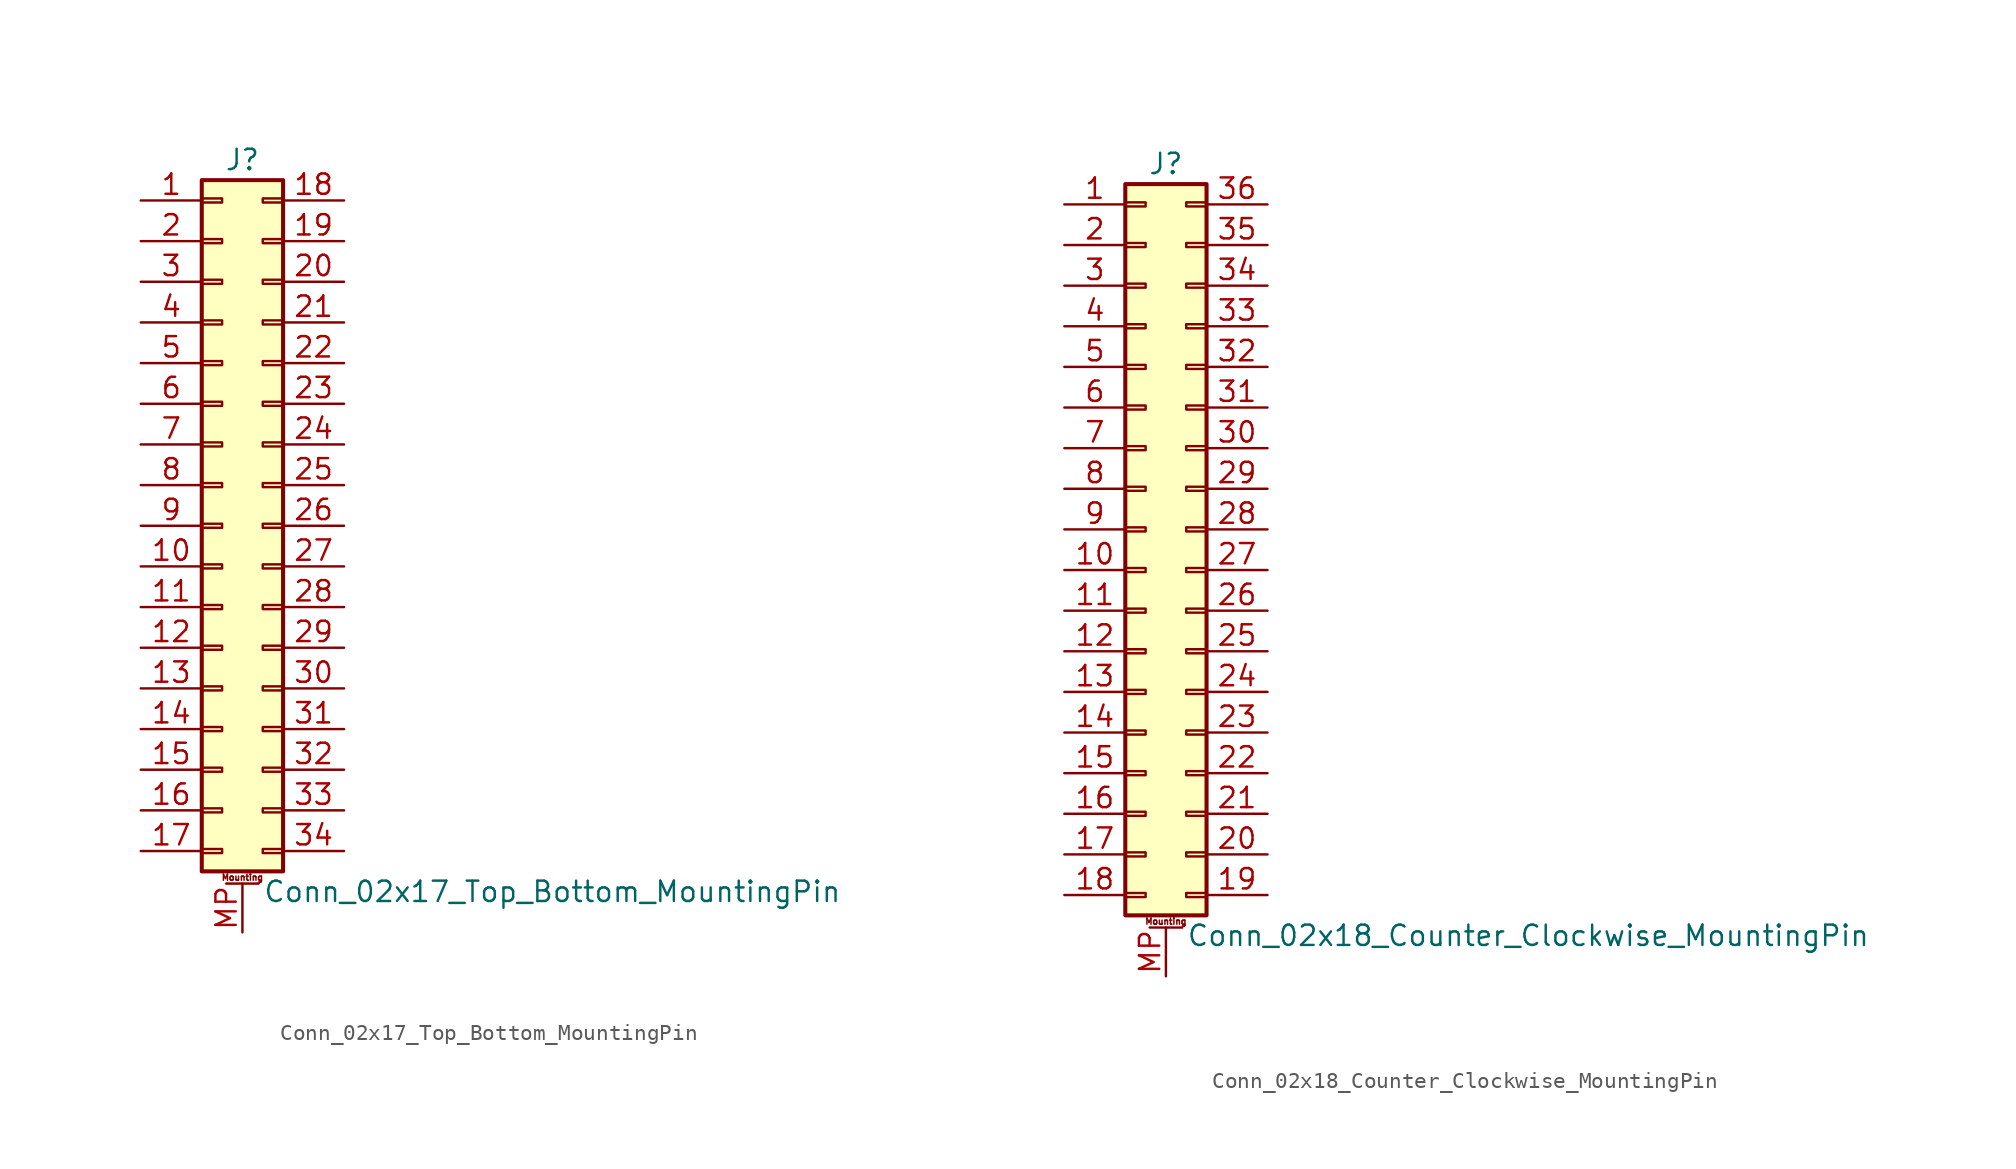
<source format=kicad_sym>
(kicad_symbol_lib
  (version 20201005)
  (generator kicad_symbol_editor)
  (symbol "Conn_02x17_Top_Bottom_MountingPin"
    (pin_names
      (offset 1.016) hide)
    (property "Reference" "J"
      (at 1.27 22.86 0)
      (effects (font (size 1.27 1.27))))
    (property "Value" "Conn_02x17_Top_Bottom_MountingPin"
      (at 2.54 -22.86 0)
      (effects (font (size 1.27 1.27)) (justify left)))
    (symbol "Conn_02x17_Top_Bottom_MountingPin_1_1"
      (text "Mounting" (at 1.27 -21.971 0) (effects (font (size 0.381 0.381))))
      (rectangle (start -1.27 -20.193) (end 0 -20.447) (stroke (width 0.152)) (fill (type none)))
      (rectangle (start -1.27 -17.653) (end 0 -17.907) (stroke (width 0.152)) (fill (type none)))
      (rectangle (start -1.27 -15.113) (end 0 -15.367) (stroke (width 0.152)) (fill (type none)))
      (rectangle (start -1.27 -12.573) (end 0 -12.827) (stroke (width 0.152)) (fill (type none)))
      (rectangle (start -1.27 -10.033) (end 0 -10.287) (stroke (width 0.152)) (fill (type none)))
      (rectangle (start -1.27 -7.493) (end 0 -7.747) (stroke (width 0.152)) (fill (type none)))
      (rectangle (start -1.27 -4.953) (end 0 -5.207) (stroke (width 0.152)) (fill (type none)))
      (rectangle (start -1.27 -2.413) (end 0 -2.667) (stroke (width 0.152)) (fill (type none)))
      (rectangle (start -1.27 0.127) (end 0 -0.127) (stroke (width 0.152)) (fill (type none)))
      (rectangle (start -1.27 2.667) (end 0 2.413) (stroke (width 0.152)) (fill (type none)))
      (rectangle (start -1.27 5.207) (end 0 4.953) (stroke (width 0.152)) (fill (type none)))
      (rectangle (start -1.27 7.747) (end 0 7.493) (stroke (width 0.152)) (fill (type none)))
      (rectangle (start -1.27 10.287) (end 0 10.033) (stroke (width 0.152)) (fill (type none)))
      (rectangle (start -1.27 12.827) (end 0 12.573) (stroke (width 0.152)) (fill (type none)))
      (rectangle (start -1.27 15.367) (end 0 15.113) (stroke (width 0.152)) (fill (type none)))
      (rectangle (start -1.27 17.907) (end 0 17.653) (stroke (width 0.152)) (fill (type none)))
      (rectangle (start -1.27 20.447) (end 0 20.193) (stroke (width 0.152)) (fill (type none)))
      (rectangle (start 3.81 -20.193) (end 2.54 -20.447) (stroke (width 0.152)) (fill (type none)))
      (rectangle (start 3.81 -17.653) (end 2.54 -17.907) (stroke (width 0.152)) (fill (type none)))
      (rectangle (start 3.81 -15.113) (end 2.54 -15.367) (stroke (width 0.152)) (fill (type none)))
      (rectangle (start 3.81 -12.573) (end 2.54 -12.827) (stroke (width 0.152)) (fill (type none)))
      (rectangle (start 3.81 -10.033) (end 2.54 -10.287) (stroke (width 0.152)) (fill (type none)))
      (rectangle (start 3.81 -7.493) (end 2.54 -7.747) (stroke (width 0.152)) (fill (type none)))
      (rectangle (start 3.81 -4.953) (end 2.54 -5.207) (stroke (width 0.152)) (fill (type none)))
      (rectangle (start 3.81 -2.413) (end 2.54 -2.667) (stroke (width 0.152)) (fill (type none)))
      (rectangle (start 3.81 0.127) (end 2.54 -0.127) (stroke (width 0.152)) (fill (type none)))
      (rectangle (start 3.81 2.667) (end 2.54 2.413) (stroke (width 0.152)) (fill (type none)))
      (rectangle (start 3.81 5.207) (end 2.54 4.953) (stroke (width 0.152)) (fill (type none)))
      (rectangle (start 3.81 7.747) (end 2.54 7.493) (stroke (width 0.152)) (fill (type none)))
      (rectangle (start 3.81 10.287) (end 2.54 10.033) (stroke (width 0.152)) (fill (type none)))
      (rectangle (start 3.81 12.827) (end 2.54 12.573) (stroke (width 0.152)) (fill (type none)))
      (rectangle (start 3.81 15.367) (end 2.54 15.113) (stroke (width 0.152)) (fill (type none)))
      (rectangle (start 3.81 17.907) (end 2.54 17.653) (stroke (width 0.152)) (fill (type none)))
      (rectangle (start 3.81 20.447) (end 2.54 20.193) (stroke (width 0.152)) (fill (type none)))
      (rectangle (start -1.27 21.59) (end 3.81 -21.59) (stroke (width 0.254)) (fill (type background)))
      (polyline (pts (xy 0.254 -22.352) (xy 2.286 -22.352)) (stroke (width 0.152)) (fill (type none)))
      (pin passive line (at -5.08 20.32 0) (length 3.81) (name "Pin_1" (effects (font (size 1.27 1.27)))) (number "1" (effects (font (size 1.27 1.27)))))
      (pin passive line (at -5.08 -2.54 0) (length 3.81) (name "Pin_10" (effects (font (size 1.27 1.27)))) (number "10" (effects (font (size 1.27 1.27)))))
      (pin passive line (at -5.08 -5.08 0) (length 3.81) (name "Pin_11" (effects (font (size 1.27 1.27)))) (number "11" (effects (font (size 1.27 1.27)))))
      (pin passive line (at -5.08 -7.62 0) (length 3.81) (name "Pin_12" (effects (font (size 1.27 1.27)))) (number "12" (effects (font (size 1.27 1.27)))))
      (pin passive line (at -5.08 -10.16 0) (length 3.81) (name "Pin_13" (effects (font (size 1.27 1.27)))) (number "13" (effects (font (size 1.27 1.27)))))
      (pin passive line (at -5.08 -12.7 0) (length 3.81) (name "Pin_14" (effects (font (size 1.27 1.27)))) (number "14" (effects (font (size 1.27 1.27)))))
      (pin passive line (at -5.08 -15.24 0) (length 3.81) (name "Pin_15" (effects (font (size 1.27 1.27)))) (number "15" (effects (font (size 1.27 1.27)))))
      (pin passive line (at -5.08 -17.78 0) (length 3.81) (name "Pin_16" (effects (font (size 1.27 1.27)))) (number "16" (effects (font (size 1.27 1.27)))))
      (pin passive line (at -5.08 -20.32 0) (length 3.81) (name "Pin_17" (effects (font (size 1.27 1.27)))) (number "17" (effects (font (size 1.27 1.27)))))
      (pin passive line (at 7.62 20.32 180) (length 3.81) (name "Pin_18" (effects (font (size 1.27 1.27)))) (number "18" (effects (font (size 1.27 1.27)))))
      (pin passive line (at 7.62 17.78 180) (length 3.81) (name "Pin_19" (effects (font (size 1.27 1.27)))) (number "19" (effects (font (size 1.27 1.27)))))
      (pin passive line (at -5.08 17.78 0) (length 3.81) (name "Pin_2" (effects (font (size 1.27 1.27)))) (number "2" (effects (font (size 1.27 1.27)))))
      (pin passive line (at 7.62 15.24 180) (length 3.81) (name "Pin_20" (effects (font (size 1.27 1.27)))) (number "20" (effects (font (size 1.27 1.27)))))
      (pin passive line (at 7.62 12.7 180) (length 3.81) (name "Pin_21" (effects (font (size 1.27 1.27)))) (number "21" (effects (font (size 1.27 1.27)))))
      (pin passive line (at 7.62 10.16 180) (length 3.81) (name "Pin_22" (effects (font (size 1.27 1.27)))) (number "22" (effects (font (size 1.27 1.27)))))
      (pin passive line (at 7.62 7.62 180) (length 3.81) (name "Pin_23" (effects (font (size 1.27 1.27)))) (number "23" (effects (font (size 1.27 1.27)))))
      (pin passive line (at 7.62 5.08 180) (length 3.81) (name "Pin_24" (effects (font (size 1.27 1.27)))) (number "24" (effects (font (size 1.27 1.27)))))
      (pin passive line (at 7.62 2.54 180) (length 3.81) (name "Pin_25" (effects (font (size 1.27 1.27)))) (number "25" (effects (font (size 1.27 1.27)))))
      (pin passive line (at 7.62 0 180) (length 3.81) (name "Pin_26" (effects (font (size 1.27 1.27)))) (number "26" (effects (font (size 1.27 1.27)))))
      (pin passive line (at 7.62 -2.54 180) (length 3.81) (name "Pin_27" (effects (font (size 1.27 1.27)))) (number "27" (effects (font (size 1.27 1.27)))))
      (pin passive line (at 7.62 -5.08 180) (length 3.81) (name "Pin_28" (effects (font (size 1.27 1.27)))) (number "28" (effects (font (size 1.27 1.27)))))
      (pin passive line (at 7.62 -7.62 180) (length 3.81) (name "Pin_29" (effects (font (size 1.27 1.27)))) (number "29" (effects (font (size 1.27 1.27)))))
      (pin passive line (at -5.08 15.24 0) (length 3.81) (name "Pin_3" (effects (font (size 1.27 1.27)))) (number "3" (effects (font (size 1.27 1.27)))))
      (pin passive line (at 7.62 -10.16 180) (length 3.81) (name "Pin_30" (effects (font (size 1.27 1.27)))) (number "30" (effects (font (size 1.27 1.27)))))
      (pin passive line (at 7.62 -12.7 180) (length 3.81) (name "Pin_31" (effects (font (size 1.27 1.27)))) (number "31" (effects (font (size 1.27 1.27)))))
      (pin passive line (at 7.62 -15.24 180) (length 3.81) (name "Pin_32" (effects (font (size 1.27 1.27)))) (number "32" (effects (font (size 1.27 1.27)))))
      (pin passive line (at 7.62 -17.78 180) (length 3.81) (name "Pin_33" (effects (font (size 1.27 1.27)))) (number "33" (effects (font (size 1.27 1.27)))))
      (pin passive line (at 7.62 -20.32 180) (length 3.81) (name "Pin_34" (effects (font (size 1.27 1.27)))) (number "34" (effects (font (size 1.27 1.27)))))
      (pin passive line (at -5.08 12.7 0) (length 3.81) (name "Pin_4" (effects (font (size 1.27 1.27)))) (number "4" (effects (font (size 1.27 1.27)))))
      (pin passive line (at -5.08 10.16 0) (length 3.81) (name "Pin_5" (effects (font (size 1.27 1.27)))) (number "5" (effects (font (size 1.27 1.27)))))
      (pin passive line (at -5.08 7.62 0) (length 3.81) (name "Pin_6" (effects (font (size 1.27 1.27)))) (number "6" (effects (font (size 1.27 1.27)))))
      (pin passive line (at -5.08 5.08 0) (length 3.81) (name "Pin_7" (effects (font (size 1.27 1.27)))) (number "7" (effects (font (size 1.27 1.27)))))
      (pin passive line (at -5.08 2.54 0) (length 3.81) (name "Pin_8" (effects (font (size 1.27 1.27)))) (number "8" (effects (font (size 1.27 1.27)))))
      (pin passive line (at -5.08 0 0) (length 3.81) (name "Pin_9" (effects (font (size 1.27 1.27)))) (number "9" (effects (font (size 1.27 1.27)))))
      (pin passive line (at 1.27 -25.4 90) (length 3.048) (name "MountPin" (effects (font (size 1.27 1.27)))) (number "MP" (effects (font (size 1.27 1.27)))))))
  (symbol "Conn_02x18_Counter_Clockwise_MountingPin"
    (pin_names
      (offset 1.016) hide)
    (property "Reference" "J"
      (at 1.27 22.86 0)
      (effects (font (size 1.27 1.27))))
    (property "Value" "Conn_02x18_Counter_Clockwise_MountingPin"
      (at 2.54 -25.4 0)
      (effects (font (size 1.27 1.27)) (justify left)))
    (symbol "Conn_02x18_Counter_Clockwise_MountingPin_1_1"
      (text "Mounting" (at 1.27 -24.511 0) (effects (font (size 0.381 0.381))))
      (rectangle (start -1.27 -22.733) (end 0 -22.987) (stroke (width 0.152)) (fill (type none)))
      (rectangle (start -1.27 -20.193) (end 0 -20.447) (stroke (width 0.152)) (fill (type none)))
      (rectangle (start -1.27 -17.653) (end 0 -17.907) (stroke (width 0.152)) (fill (type none)))
      (rectangle (start -1.27 -15.113) (end 0 -15.367) (stroke (width 0.152)) (fill (type none)))
      (rectangle (start -1.27 -12.573) (end 0 -12.827) (stroke (width 0.152)) (fill (type none)))
      (rectangle (start -1.27 -10.033) (end 0 -10.287) (stroke (width 0.152)) (fill (type none)))
      (rectangle (start -1.27 -7.493) (end 0 -7.747) (stroke (width 0.152)) (fill (type none)))
      (rectangle (start -1.27 -4.953) (end 0 -5.207) (stroke (width 0.152)) (fill (type none)))
      (rectangle (start -1.27 -2.413) (end 0 -2.667) (stroke (width 0.152)) (fill (type none)))
      (rectangle (start -1.27 0.127) (end 0 -0.127) (stroke (width 0.152)) (fill (type none)))
      (rectangle (start -1.27 2.667) (end 0 2.413) (stroke (width 0.152)) (fill (type none)))
      (rectangle (start -1.27 5.207) (end 0 4.953) (stroke (width 0.152)) (fill (type none)))
      (rectangle (start -1.27 7.747) (end 0 7.493) (stroke (width 0.152)) (fill (type none)))
      (rectangle (start -1.27 10.287) (end 0 10.033) (stroke (width 0.152)) (fill (type none)))
      (rectangle (start -1.27 12.827) (end 0 12.573) (stroke (width 0.152)) (fill (type none)))
      (rectangle (start -1.27 15.367) (end 0 15.113) (stroke (width 0.152)) (fill (type none)))
      (rectangle (start -1.27 17.907) (end 0 17.653) (stroke (width 0.152)) (fill (type none)))
      (rectangle (start -1.27 20.447) (end 0 20.193) (stroke (width 0.152)) (fill (type none)))
      (rectangle (start 3.81 -22.733) (end 2.54 -22.987) (stroke (width 0.152)) (fill (type none)))
      (rectangle (start 3.81 -20.193) (end 2.54 -20.447) (stroke (width 0.152)) (fill (type none)))
      (rectangle (start 3.81 -17.653) (end 2.54 -17.907) (stroke (width 0.152)) (fill (type none)))
      (rectangle (start 3.81 -15.113) (end 2.54 -15.367) (stroke (width 0.152)) (fill (type none)))
      (rectangle (start 3.81 -12.573) (end 2.54 -12.827) (stroke (width 0.152)) (fill (type none)))
      (rectangle (start 3.81 -10.033) (end 2.54 -10.287) (stroke (width 0.152)) (fill (type none)))
      (rectangle (start 3.81 -7.493) (end 2.54 -7.747) (stroke (width 0.152)) (fill (type none)))
      (rectangle (start 3.81 -4.953) (end 2.54 -5.207) (stroke (width 0.152)) (fill (type none)))
      (rectangle (start 3.81 -2.413) (end 2.54 -2.667) (stroke (width 0.152)) (fill (type none)))
      (rectangle (start 3.81 0.127) (end 2.54 -0.127) (stroke (width 0.152)) (fill (type none)))
      (rectangle (start 3.81 2.667) (end 2.54 2.413) (stroke (width 0.152)) (fill (type none)))
      (rectangle (start 3.81 5.207) (end 2.54 4.953) (stroke (width 0.152)) (fill (type none)))
      (rectangle (start 3.81 7.747) (end 2.54 7.493) (stroke (width 0.152)) (fill (type none)))
      (rectangle (start 3.81 10.287) (end 2.54 10.033) (stroke (width 0.152)) (fill (type none)))
      (rectangle (start 3.81 12.827) (end 2.54 12.573) (stroke (width 0.152)) (fill (type none)))
      (rectangle (start 3.81 15.367) (end 2.54 15.113) (stroke (width 0.152)) (fill (type none)))
      (rectangle (start 3.81 17.907) (end 2.54 17.653) (stroke (width 0.152)) (fill (type none)))
      (rectangle (start 3.81 20.447) (end 2.54 20.193) (stroke (width 0.152)) (fill (type none)))
      (rectangle (start -1.27 21.59) (end 3.81 -24.13) (stroke (width 0.254)) (fill (type background)))
      (polyline (pts (xy 0.254 -24.892) (xy 2.286 -24.892)) (stroke (width 0.152)) (fill (type none)))
      (pin passive line (at -5.08 20.32 0) (length 3.81) (name "Pin_1" (effects (font (size 1.27 1.27)))) (number "1" (effects (font (size 1.27 1.27)))))
      (pin passive line (at -5.08 -2.54 0) (length 3.81) (name "Pin_10" (effects (font (size 1.27 1.27)))) (number "10" (effects (font (size 1.27 1.27)))))
      (pin passive line (at -5.08 -5.08 0) (length 3.81) (name "Pin_11" (effects (font (size 1.27 1.27)))) (number "11" (effects (font (size 1.27 1.27)))))
      (pin passive line (at -5.08 -7.62 0) (length 3.81) (name "Pin_12" (effects (font (size 1.27 1.27)))) (number "12" (effects (font (size 1.27 1.27)))))
      (pin passive line (at -5.08 -10.16 0) (length 3.81) (name "Pin_13" (effects (font (size 1.27 1.27)))) (number "13" (effects (font (size 1.27 1.27)))))
      (pin passive line (at -5.08 -12.7 0) (length 3.81) (name "Pin_14" (effects (font (size 1.27 1.27)))) (number "14" (effects (font (size 1.27 1.27)))))
      (pin passive line (at -5.08 -15.24 0) (length 3.81) (name "Pin_15" (effects (font (size 1.27 1.27)))) (number "15" (effects (font (size 1.27 1.27)))))
      (pin passive line (at -5.08 -17.78 0) (length 3.81) (name "Pin_16" (effects (font (size 1.27 1.27)))) (number "16" (effects (font (size 1.27 1.27)))))
      (pin passive line (at -5.08 -20.32 0) (length 3.81) (name "Pin_17" (effects (font (size 1.27 1.27)))) (number "17" (effects (font (size 1.27 1.27)))))
      (pin passive line (at -5.08 -22.86 0) (length 3.81) (name "Pin_18" (effects (font (size 1.27 1.27)))) (number "18" (effects (font (size 1.27 1.27)))))
      (pin passive line (at 7.62 -22.86 180) (length 3.81) (name "Pin_19" (effects (font (size 1.27 1.27)))) (number "19" (effects (font (size 1.27 1.27)))))
      (pin passive line (at -5.08 17.78 0) (length 3.81) (name "Pin_2" (effects (font (size 1.27 1.27)))) (number "2" (effects (font (size 1.27 1.27)))))
      (pin passive line (at 7.62 -20.32 180) (length 3.81) (name "Pin_20" (effects (font (size 1.27 1.27)))) (number "20" (effects (font (size 1.27 1.27)))))
      (pin passive line (at 7.62 -17.78 180) (length 3.81) (name "Pin_21" (effects (font (size 1.27 1.27)))) (number "21" (effects (font (size 1.27 1.27)))))
      (pin passive line (at 7.62 -15.24 180) (length 3.81) (name "Pin_22" (effects (font (size 1.27 1.27)))) (number "22" (effects (font (size 1.27 1.27)))))
      (pin passive line (at 7.62 -12.7 180) (length 3.81) (name "Pin_23" (effects (font (size 1.27 1.27)))) (number "23" (effects (font (size 1.27 1.27)))))
      (pin passive line (at 7.62 -10.16 180) (length 3.81) (name "Pin_24" (effects (font (size 1.27 1.27)))) (number "24" (effects (font (size 1.27 1.27)))))
      (pin passive line (at 7.62 -7.62 180) (length 3.81) (name "Pin_25" (effects (font (size 1.27 1.27)))) (number "25" (effects (font (size 1.27 1.27)))))
      (pin passive line (at 7.62 -5.08 180) (length 3.81) (name "Pin_26" (effects (font (size 1.27 1.27)))) (number "26" (effects (font (size 1.27 1.27)))))
      (pin passive line (at 7.62 -2.54 180) (length 3.81) (name "Pin_27" (effects (font (size 1.27 1.27)))) (number "27" (effects (font (size 1.27 1.27)))))
      (pin passive line (at 7.62 0 180) (length 3.81) (name "Pin_28" (effects (font (size 1.27 1.27)))) (number "28" (effects (font (size 1.27 1.27)))))
      (pin passive line (at 7.62 2.54 180) (length 3.81) (name "Pin_29" (effects (font (size 1.27 1.27)))) (number "29" (effects (font (size 1.27 1.27)))))
      (pin passive line (at -5.08 15.24 0) (length 3.81) (name "Pin_3" (effects (font (size 1.27 1.27)))) (number "3" (effects (font (size 1.27 1.27)))))
      (pin passive line (at 7.62 5.08 180) (length 3.81) (name "Pin_30" (effects (font (size 1.27 1.27)))) (number "30" (effects (font (size 1.27 1.27)))))
      (pin passive line (at 7.62 7.62 180) (length 3.81) (name "Pin_31" (effects (font (size 1.27 1.27)))) (number "31" (effects (font (size 1.27 1.27)))))
      (pin passive line (at 7.62 10.16 180) (length 3.81) (name "Pin_32" (effects (font (size 1.27 1.27)))) (number "32" (effects (font (size 1.27 1.27)))))
      (pin passive line (at 7.62 12.7 180) (length 3.81) (name "Pin_33" (effects (font (size 1.27 1.27)))) (number "33" (effects (font (size 1.27 1.27)))))
      (pin passive line (at 7.62 15.24 180) (length 3.81) (name "Pin_34" (effects (font (size 1.27 1.27)))) (number "34" (effects (font (size 1.27 1.27)))))
      (pin passive line (at 7.62 17.78 180) (length 3.81) (name "Pin_35" (effects (font (size 1.27 1.27)))) (number "35" (effects (font (size 1.27 1.27)))))
      (pin passive line (at 7.62 20.32 180) (length 3.81) (name "Pin_36" (effects (font (size 1.27 1.27)))) (number "36" (effects (font (size 1.27 1.27)))))
      (pin passive line (at -5.08 12.7 0) (length 3.81) (name "Pin_4" (effects (font (size 1.27 1.27)))) (number "4" (effects (font (size 1.27 1.27)))))
      (pin passive line (at -5.08 10.16 0) (length 3.81) (name "Pin_5" (effects (font (size 1.27 1.27)))) (number "5" (effects (font (size 1.27 1.27)))))
      (pin passive line (at -5.08 7.62 0) (length 3.81) (name "Pin_6" (effects (font (size 1.27 1.27)))) (number "6" (effects (font (size 1.27 1.27)))))
      (pin passive line (at -5.08 5.08 0) (length 3.81) (name "Pin_7" (effects (font (size 1.27 1.27)))) (number "7" (effects (font (size 1.27 1.27)))))
      (pin passive line (at -5.08 2.54 0) (length 3.81) (name "Pin_8" (effects (font (size 1.27 1.27)))) (number "8" (effects (font (size 1.27 1.27)))))
      (pin passive line (at -5.08 0 0) (length 3.81) (name "Pin_9" (effects (font (size 1.27 1.27)))) (number "9" (effects (font (size 1.27 1.27)))))
      (pin passive line (at 1.27 -27.94 90) (length 3.048) (name "MountPin" (effects (font (size 1.27 1.27)))) (number "MP" (effects (font (size 1.27 1.27))))))))
</source>
